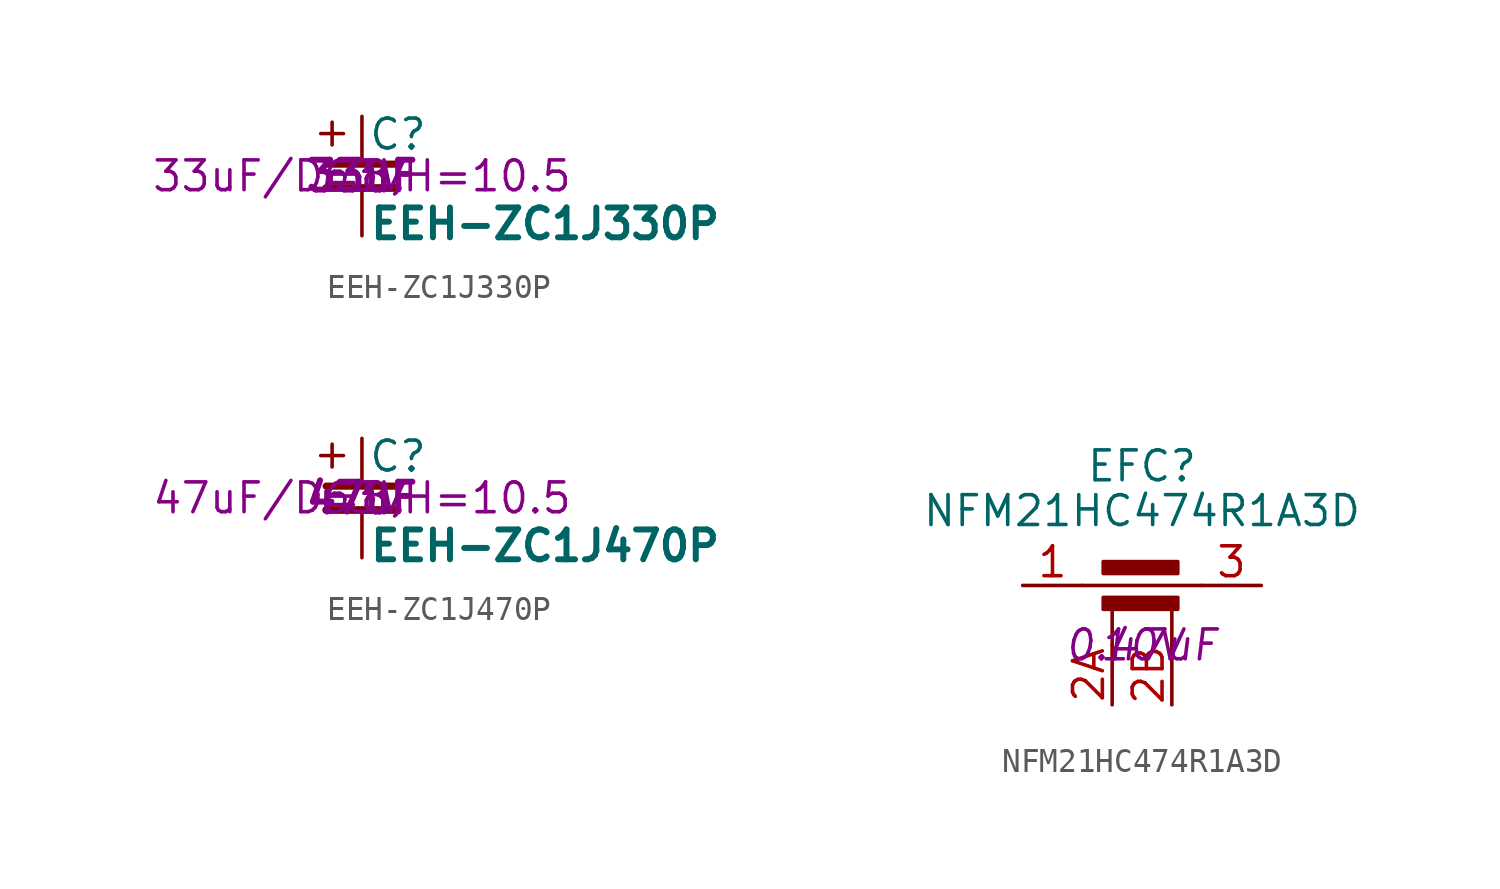
<source format=kicad_sym>
(kicad_symbol_lib
  (version 20211014)
  (generator kicad_symbol_editor)
  (symbol "EEH-ZC1J330P"
    (pin_numbers hide)
    (pin_names
      (offset 0.254) hide)
    (property "Reference" "C"
      (at 0.254 1.778 0)
      (effects (font (size 1.27 1.27)) (justify left)))
    (property "Value" "EEH-ZC1J330P"
      (at 0.254 -2.032 0)
      (effects (font (size 1.27 1.27) bold) (justify left)))
    (property "Val" "33uF"
      (at 0 0 0)
      (effects (font (size 1.27 1.27) bold)))
    (property "Vmax" "63V"
      (at 0 0 0)
      (effects (font (size 1.27 1.27) italic)))
    (property "ValMnt" "33uF/D=8,H=10.5"
      (at 0 0 0)
      (effects (font (size 1.27 1.27))))
    (symbol "EEH-ZC1J330P_0_0"
      (text "+" (at -1.27 1.905 0) (effects (font (size 1.27 1.27)))))
    (symbol "EEH-ZC1J330P_0_1"
      (polyline (pts (xy -1.524 -0.508) (xy 1.524 -0.508)) (stroke (width 0.33) (type default) (color 0 0 0 0)) (fill (type none)))
      (polyline (pts (xy -1.524 0.508) (xy 1.524 0.508)) (stroke (width 0.305) (type default) (color 0 0 0 0)) (fill (type none))))
    (symbol "EEH-ZC1J330P_1_1"
      (pin passive line (at 0 2.54 270) (length 2.032) (name "~" (effects (font (size 1.27 1.27)))) (number "1" (effects (font (size 1.27 1.27)))))
      (pin passive line (at 0 -2.54 90) (length 2.032) (name "~" (effects (font (size 1.27 1.27)))) (number "2" (effects (font (size 1.27 1.27)))))))
  (symbol "EEH-ZC1J470P"
    (pin_numbers hide)
    (pin_names
      (offset 0.254) hide)
    (property "Reference" "C"
      (at 0.254 1.778 0)
      (effects (font (size 1.27 1.27)) (justify left)))
    (property "Value" "EEH-ZC1J470P"
      (at 0.254 -2.032 0)
      (effects (font (size 1.27 1.27) bold) (justify left)))
    (property "Cap" "47uF"
      (at 0 0 0)
      (effects (font (size 1.27 1.27) bold)))
    (property "Vmax" "63V"
      (at 0 0 0)
      (effects (font (size 1.27 1.27) italic)))
    (property "ValMnt" "47uF/D=8,H=10.5"
      (at 0 0 0)
      (effects (font (size 1.27 1.27))))
    (symbol "EEH-ZC1J470P_0_0"
      (text "+" (at -1.27 1.905 0) (effects (font (size 1.27 1.27)))))
    (symbol "EEH-ZC1J470P_0_1"
      (polyline (pts (xy -1.524 -0.508) (xy 1.524 -0.508)) (stroke (width 0.33) (type default) (color 0 0 0 0)) (fill (type none)))
      (polyline (pts (xy -1.524 0.508) (xy 1.524 0.508)) (stroke (width 0.305) (type default) (color 0 0 0 0)) (fill (type none))))
    (symbol "EEH-ZC1J470P_1_1"
      (pin passive line (at 0 2.54 270) (length 2.032) (name "~" (effects (font (size 1.27 1.27)))) (number "1" (effects (font (size 1.27 1.27)))))
      (pin passive line (at 0 -2.54 90) (length 2.032) (name "~" (effects (font (size 1.27 1.27)))) (number "2" (effects (font (size 1.27 1.27)))))))
  (symbol "NFM21HC474R1A3D"
    (pin_names
      (offset 0.254) hide)
    (property "Reference" "EFC"
      (at 0 7.62 0)
      (effects (font (size 1.27 1.27))))
    (property "Value" "NFM21HC474R1A3D"
      (at 0 5.715 0)
      (effects (font (size 1.27 1.27))))
    (property "Cap" "0.47uF"
      (at 0 0 0)
      (effects (font (size 1.27 1.27) italic)))
    (property "Vmax" "10V"
      (at 0 0 0)
      (effects (font (size 1.27 1.27) italic)))
    (symbol "NFM21HC474R1A3D_0_1"
      (rectangle (start -1.651 1.524) (end 1.524 2.032) (stroke (width 0) (type default) (color 0 0 0 0)) (fill (type outline)))
      (polyline (pts (xy -2.54 2.54) (xy 2.54 2.54)) (stroke (width 0) (type default) (color 0 0 0 0)) (fill (type none)))
      (polyline (pts (xy -1.27 0) (xy -1.27 1.778)) (stroke (width 0) (type default) (color 0 0 0 0)) (fill (type none)))
      (polyline (pts (xy 1.27 1.905) (xy 1.27 0)) (stroke (width 0) (type default) (color 0 0 0 0)) (fill (type none)))
      (rectangle (start 1.524 3.048) (end -1.651 3.556) (stroke (width 0) (type default) (color 0 0 0 0)) (fill (type outline))))
    (symbol "NFM21HC474R1A3D_1_1"
      (pin passive line (at -5.08 2.54 0) (length 2.54) (name "1" (effects (font (size 1.27 1.27)))) (number "1" (effects (font (size 1.27 1.27)))))
      (pin passive line (at -1.27 -2.54 90) (length 2.54) (name "2A" (effects (font (size 1.27 1.27)))) (number "2A" (effects (font (size 1.27 1.27)))))
      (pin passive line (at 1.27 -2.54 90) (length 2.54) (name "2B" (effects (font (size 1.27 1.27)))) (number "2B" (effects (font (size 1.27 1.27)))))
      (pin passive line (at 5.08 2.54 180) (length 2.54) (name "3" (effects (font (size 1.27 1.27)))) (number "3" (effects (font (size 1.27 1.27))))))))
</source>
